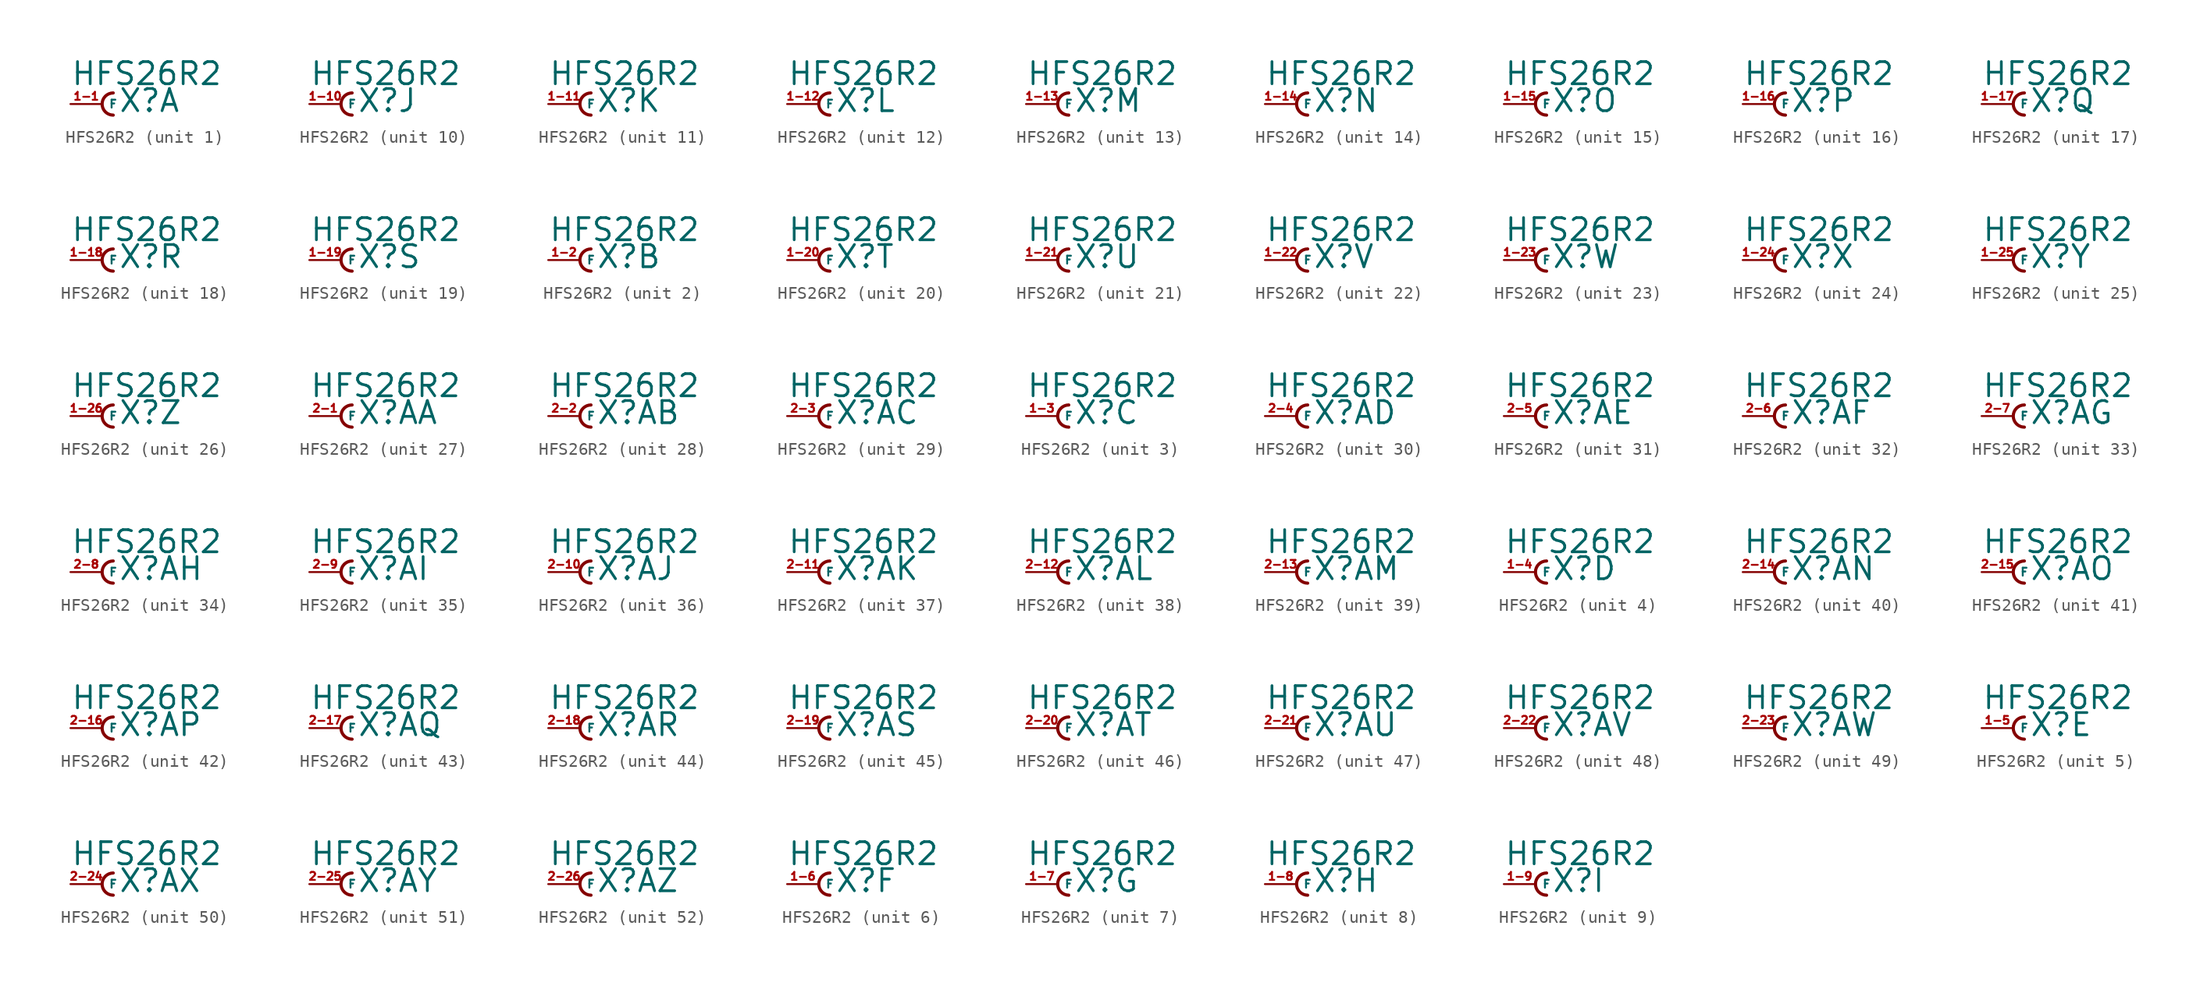
<source format=kicad_sym>
(kicad_symbol_lib
  (version 20220914)
  (generator Eagle2Kicad)
  (symbol "HFS26R2"
    (property "Reference" "X"
      (at 1.27 -0.762 0)
      (effects (font (size 1.778 1.778) (thickness 0.22)) (justify left bottom)))
    (property "Value" "HFS26R2"
      (at -2.54 1.397 0)
      (effects (font (size 1.778 1.778) (thickness 0.22)) (justify left bottom)))
    (symbol "HFS26R2_1_0"
      (arc (start 0.889 0.889) (mid 0.000 0.000) (end 0.889 -0.889) (stroke (width 0.254) (type default)) (fill (type none)))
      (pin passive line (at -2.54 0 0) (length 2.54) (name "F" (effects (font (size 0.635 0.635) (thickness 0.08)) (justify left bottom))) (number "1-1" (effects (font (size 0.635 0.635) (thickness 0.08)) (justify left bottom)))))
    (symbol "HFS26R2_2_0"
      (arc (start 0.889 0.889) (mid 0.000 0.000) (end 0.889 -0.889) (stroke (width 0.254) (type default)) (fill (type none)))
      (pin passive line (at -2.54 0 0) (length 2.54) (name "F" (effects (font (size 0.635 0.635) (thickness 0.08)) (justify left bottom))) (number "1-2" (effects (font (size 0.635 0.635) (thickness 0.08)) (justify left bottom)))))
    (symbol "HFS26R2_3_0"
      (arc (start 0.889 0.889) (mid 0.000 0.000) (end 0.889 -0.889) (stroke (width 0.254) (type default)) (fill (type none)))
      (pin passive line (at -2.54 0 0) (length 2.54) (name "F" (effects (font (size 0.635 0.635) (thickness 0.08)) (justify left bottom))) (number "1-3" (effects (font (size 0.635 0.635) (thickness 0.08)) (justify left bottom)))))
    (symbol "HFS26R2_4_0"
      (arc (start 0.889 0.889) (mid 0.000 0.000) (end 0.889 -0.889) (stroke (width 0.254) (type default)) (fill (type none)))
      (pin passive line (at -2.54 0 0) (length 2.54) (name "F" (effects (font (size 0.635 0.635) (thickness 0.08)) (justify left bottom))) (number "1-4" (effects (font (size 0.635 0.635) (thickness 0.08)) (justify left bottom)))))
    (symbol "HFS26R2_5_0"
      (arc (start 0.889 0.889) (mid 0.000 0.000) (end 0.889 -0.889) (stroke (width 0.254) (type default)) (fill (type none)))
      (pin passive line (at -2.54 0 0) (length 2.54) (name "F" (effects (font (size 0.635 0.635) (thickness 0.08)) (justify left bottom))) (number "1-5" (effects (font (size 0.635 0.635) (thickness 0.08)) (justify left bottom)))))
    (symbol "HFS26R2_6_0"
      (arc (start 0.889 0.889) (mid 0.000 0.000) (end 0.889 -0.889) (stroke (width 0.254) (type default)) (fill (type none)))
      (pin passive line (at -2.54 0 0) (length 2.54) (name "F" (effects (font (size 0.635 0.635) (thickness 0.08)) (justify left bottom))) (number "1-6" (effects (font (size 0.635 0.635) (thickness 0.08)) (justify left bottom)))))
    (symbol "HFS26R2_7_0"
      (arc (start 0.889 0.889) (mid 0.000 0.000) (end 0.889 -0.889) (stroke (width 0.254) (type default)) (fill (type none)))
      (pin passive line (at -2.54 0 0) (length 2.54) (name "F" (effects (font (size 0.635 0.635) (thickness 0.08)) (justify left bottom))) (number "1-7" (effects (font (size 0.635 0.635) (thickness 0.08)) (justify left bottom)))))
    (symbol "HFS26R2_8_0"
      (arc (start 0.889 0.889) (mid 0.000 0.000) (end 0.889 -0.889) (stroke (width 0.254) (type default)) (fill (type none)))
      (pin passive line (at -2.54 0 0) (length 2.54) (name "F" (effects (font (size 0.635 0.635) (thickness 0.08)) (justify left bottom))) (number "1-8" (effects (font (size 0.635 0.635) (thickness 0.08)) (justify left bottom)))))
    (symbol "HFS26R2_9_0"
      (arc (start 0.889 0.889) (mid 0.000 0.000) (end 0.889 -0.889) (stroke (width 0.254) (type default)) (fill (type none)))
      (pin passive line (at -2.54 0 0) (length 2.54) (name "F" (effects (font (size 0.635 0.635) (thickness 0.08)) (justify left bottom))) (number "1-9" (effects (font (size 0.635 0.635) (thickness 0.08)) (justify left bottom)))))
    (symbol "HFS26R2_10_0"
      (arc (start 0.889 0.889) (mid 0.000 0.000) (end 0.889 -0.889) (stroke (width 0.254) (type default)) (fill (type none)))
      (pin passive line (at -2.54 0 0) (length 2.54) (name "F" (effects (font (size 0.635 0.635) (thickness 0.08)) (justify left bottom))) (number "1-10" (effects (font (size 0.635 0.635) (thickness 0.08)) (justify left bottom)))))
    (symbol "HFS26R2_11_0"
      (arc (start 0.889 0.889) (mid 0.000 0.000) (end 0.889 -0.889) (stroke (width 0.254) (type default)) (fill (type none)))
      (pin passive line (at -2.54 0 0) (length 2.54) (name "F" (effects (font (size 0.635 0.635) (thickness 0.08)) (justify left bottom))) (number "1-11" (effects (font (size 0.635 0.635) (thickness 0.08)) (justify left bottom)))))
    (symbol "HFS26R2_12_0"
      (arc (start 0.889 0.889) (mid 0.000 0.000) (end 0.889 -0.889) (stroke (width 0.254) (type default)) (fill (type none)))
      (pin passive line (at -2.54 0 0) (length 2.54) (name "F" (effects (font (size 0.635 0.635) (thickness 0.08)) (justify left bottom))) (number "1-12" (effects (font (size 0.635 0.635) (thickness 0.08)) (justify left bottom)))))
    (symbol "HFS26R2_13_0"
      (arc (start 0.889 0.889) (mid 0.000 0.000) (end 0.889 -0.889) (stroke (width 0.254) (type default)) (fill (type none)))
      (pin passive line (at -2.54 0 0) (length 2.54) (name "F" (effects (font (size 0.635 0.635) (thickness 0.08)) (justify left bottom))) (number "1-13" (effects (font (size 0.635 0.635) (thickness 0.08)) (justify left bottom)))))
    (symbol "HFS26R2_14_0"
      (arc (start 0.889 0.889) (mid 0.000 0.000) (end 0.889 -0.889) (stroke (width 0.254) (type default)) (fill (type none)))
      (pin passive line (at -2.54 0 0) (length 2.54) (name "F" (effects (font (size 0.635 0.635) (thickness 0.08)) (justify left bottom))) (number "1-14" (effects (font (size 0.635 0.635) (thickness 0.08)) (justify left bottom)))))
    (symbol "HFS26R2_15_0"
      (arc (start 0.889 0.889) (mid 0.000 0.000) (end 0.889 -0.889) (stroke (width 0.254) (type default)) (fill (type none)))
      (pin passive line (at -2.54 0 0) (length 2.54) (name "F" (effects (font (size 0.635 0.635) (thickness 0.08)) (justify left bottom))) (number "1-15" (effects (font (size 0.635 0.635) (thickness 0.08)) (justify left bottom)))))
    (symbol "HFS26R2_16_0"
      (arc (start 0.889 0.889) (mid 0.000 0.000) (end 0.889 -0.889) (stroke (width 0.254) (type default)) (fill (type none)))
      (pin passive line (at -2.54 0 0) (length 2.54) (name "F" (effects (font (size 0.635 0.635) (thickness 0.08)) (justify left bottom))) (number "1-16" (effects (font (size 0.635 0.635) (thickness 0.08)) (justify left bottom)))))
    (symbol "HFS26R2_17_0"
      (arc (start 0.889 0.889) (mid 0.000 0.000) (end 0.889 -0.889) (stroke (width 0.254) (type default)) (fill (type none)))
      (pin passive line (at -2.54 0 0) (length 2.54) (name "F" (effects (font (size 0.635 0.635) (thickness 0.08)) (justify left bottom))) (number "1-17" (effects (font (size 0.635 0.635) (thickness 0.08)) (justify left bottom)))))
    (symbol "HFS26R2_18_0"
      (arc (start 0.889 0.889) (mid 0.000 0.000) (end 0.889 -0.889) (stroke (width 0.254) (type default)) (fill (type none)))
      (pin passive line (at -2.54 0 0) (length 2.54) (name "F" (effects (font (size 0.635 0.635) (thickness 0.08)) (justify left bottom))) (number "1-18" (effects (font (size 0.635 0.635) (thickness 0.08)) (justify left bottom)))))
    (symbol "HFS26R2_19_0"
      (arc (start 0.889 0.889) (mid 0.000 0.000) (end 0.889 -0.889) (stroke (width 0.254) (type default)) (fill (type none)))
      (pin passive line (at -2.54 0 0) (length 2.54) (name "F" (effects (font (size 0.635 0.635) (thickness 0.08)) (justify left bottom))) (number "1-19" (effects (font (size 0.635 0.635) (thickness 0.08)) (justify left bottom)))))
    (symbol "HFS26R2_20_0"
      (arc (start 0.889 0.889) (mid 0.000 0.000) (end 0.889 -0.889) (stroke (width 0.254) (type default)) (fill (type none)))
      (pin passive line (at -2.54 0 0) (length 2.54) (name "F" (effects (font (size 0.635 0.635) (thickness 0.08)) (justify left bottom))) (number "1-20" (effects (font (size 0.635 0.635) (thickness 0.08)) (justify left bottom)))))
    (symbol "HFS26R2_21_0"
      (arc (start 0.889 0.889) (mid 0.000 0.000) (end 0.889 -0.889) (stroke (width 0.254) (type default)) (fill (type none)))
      (pin passive line (at -2.54 0 0) (length 2.54) (name "F" (effects (font (size 0.635 0.635) (thickness 0.08)) (justify left bottom))) (number "1-21" (effects (font (size 0.635 0.635) (thickness 0.08)) (justify left bottom)))))
    (symbol "HFS26R2_22_0"
      (arc (start 0.889 0.889) (mid 0.000 0.000) (end 0.889 -0.889) (stroke (width 0.254) (type default)) (fill (type none)))
      (pin passive line (at -2.54 0 0) (length 2.54) (name "F" (effects (font (size 0.635 0.635) (thickness 0.08)) (justify left bottom))) (number "1-22" (effects (font (size 0.635 0.635) (thickness 0.08)) (justify left bottom)))))
    (symbol "HFS26R2_23_0"
      (arc (start 0.889 0.889) (mid 0.000 0.000) (end 0.889 -0.889) (stroke (width 0.254) (type default)) (fill (type none)))
      (pin passive line (at -2.54 0 0) (length 2.54) (name "F" (effects (font (size 0.635 0.635) (thickness 0.08)) (justify left bottom))) (number "1-23" (effects (font (size 0.635 0.635) (thickness 0.08)) (justify left bottom)))))
    (symbol "HFS26R2_24_0"
      (arc (start 0.889 0.889) (mid 0.000 0.000) (end 0.889 -0.889) (stroke (width 0.254) (type default)) (fill (type none)))
      (pin passive line (at -2.54 0 0) (length 2.54) (name "F" (effects (font (size 0.635 0.635) (thickness 0.08)) (justify left bottom))) (number "1-24" (effects (font (size 0.635 0.635) (thickness 0.08)) (justify left bottom)))))
    (symbol "HFS26R2_25_0"
      (arc (start 0.889 0.889) (mid 0.000 0.000) (end 0.889 -0.889) (stroke (width 0.254) (type default)) (fill (type none)))
      (pin passive line (at -2.54 0 0) (length 2.54) (name "F" (effects (font (size 0.635 0.635) (thickness 0.08)) (justify left bottom))) (number "1-25" (effects (font (size 0.635 0.635) (thickness 0.08)) (justify left bottom)))))
    (symbol "HFS26R2_26_0"
      (arc (start 0.889 0.889) (mid 0.000 0.000) (end 0.889 -0.889) (stroke (width 0.254) (type default)) (fill (type none)))
      (pin passive line (at -2.54 0 0) (length 2.54) (name "F" (effects (font (size 0.635 0.635) (thickness 0.08)) (justify left bottom))) (number "1-26" (effects (font (size 0.635 0.635) (thickness 0.08)) (justify left bottom)))))
    (symbol "HFS26R2_27_0"
      (arc (start 0.889 0.889) (mid 0.000 0.000) (end 0.889 -0.889) (stroke (width 0.254) (type default)) (fill (type none)))
      (pin passive line (at -2.54 0 0) (length 2.54) (name "F" (effects (font (size 0.635 0.635) (thickness 0.08)) (justify left bottom))) (number "2-1" (effects (font (size 0.635 0.635) (thickness 0.08)) (justify left bottom)))))
    (symbol "HFS26R2_28_0"
      (arc (start 0.889 0.889) (mid 0.000 0.000) (end 0.889 -0.889) (stroke (width 0.254) (type default)) (fill (type none)))
      (pin passive line (at -2.54 0 0) (length 2.54) (name "F" (effects (font (size 0.635 0.635) (thickness 0.08)) (justify left bottom))) (number "2-2" (effects (font (size 0.635 0.635) (thickness 0.08)) (justify left bottom)))))
    (symbol "HFS26R2_29_0"
      (arc (start 0.889 0.889) (mid 0.000 0.000) (end 0.889 -0.889) (stroke (width 0.254) (type default)) (fill (type none)))
      (pin passive line (at -2.54 0 0) (length 2.54) (name "F" (effects (font (size 0.635 0.635) (thickness 0.08)) (justify left bottom))) (number "2-3" (effects (font (size 0.635 0.635) (thickness 0.08)) (justify left bottom)))))
    (symbol "HFS26R2_30_0"
      (arc (start 0.889 0.889) (mid 0.000 0.000) (end 0.889 -0.889) (stroke (width 0.254) (type default)) (fill (type none)))
      (pin passive line (at -2.54 0 0) (length 2.54) (name "F" (effects (font (size 0.635 0.635) (thickness 0.08)) (justify left bottom))) (number "2-4" (effects (font (size 0.635 0.635) (thickness 0.08)) (justify left bottom)))))
    (symbol "HFS26R2_31_0"
      (arc (start 0.889 0.889) (mid 0.000 0.000) (end 0.889 -0.889) (stroke (width 0.254) (type default)) (fill (type none)))
      (pin passive line (at -2.54 0 0) (length 2.54) (name "F" (effects (font (size 0.635 0.635) (thickness 0.08)) (justify left bottom))) (number "2-5" (effects (font (size 0.635 0.635) (thickness 0.08)) (justify left bottom)))))
    (symbol "HFS26R2_32_0"
      (arc (start 0.889 0.889) (mid 0.000 0.000) (end 0.889 -0.889) (stroke (width 0.254) (type default)) (fill (type none)))
      (pin passive line (at -2.54 0 0) (length 2.54) (name "F" (effects (font (size 0.635 0.635) (thickness 0.08)) (justify left bottom))) (number "2-6" (effects (font (size 0.635 0.635) (thickness 0.08)) (justify left bottom)))))
    (symbol "HFS26R2_33_0"
      (arc (start 0.889 0.889) (mid 0.000 0.000) (end 0.889 -0.889) (stroke (width 0.254) (type default)) (fill (type none)))
      (pin passive line (at -2.54 0 0) (length 2.54) (name "F" (effects (font (size 0.635 0.635) (thickness 0.08)) (justify left bottom))) (number "2-7" (effects (font (size 0.635 0.635) (thickness 0.08)) (justify left bottom)))))
    (symbol "HFS26R2_34_0"
      (arc (start 0.889 0.889) (mid 0.000 0.000) (end 0.889 -0.889) (stroke (width 0.254) (type default)) (fill (type none)))
      (pin passive line (at -2.54 0 0) (length 2.54) (name "F" (effects (font (size 0.635 0.635) (thickness 0.08)) (justify left bottom))) (number "2-8" (effects (font (size 0.635 0.635) (thickness 0.08)) (justify left bottom)))))
    (symbol "HFS26R2_35_0"
      (arc (start 0.889 0.889) (mid 0.000 0.000) (end 0.889 -0.889) (stroke (width 0.254) (type default)) (fill (type none)))
      (pin passive line (at -2.54 0 0) (length 2.54) (name "F" (effects (font (size 0.635 0.635) (thickness 0.08)) (justify left bottom))) (number "2-9" (effects (font (size 0.635 0.635) (thickness 0.08)) (justify left bottom)))))
    (symbol "HFS26R2_36_0"
      (arc (start 0.889 0.889) (mid 0.000 0.000) (end 0.889 -0.889) (stroke (width 0.254) (type default)) (fill (type none)))
      (pin passive line (at -2.54 0 0) (length 2.54) (name "F" (effects (font (size 0.635 0.635) (thickness 0.08)) (justify left bottom))) (number "2-10" (effects (font (size 0.635 0.635) (thickness 0.08)) (justify left bottom)))))
    (symbol "HFS26R2_37_0"
      (arc (start 0.889 0.889) (mid 0.000 0.000) (end 0.889 -0.889) (stroke (width 0.254) (type default)) (fill (type none)))
      (pin passive line (at -2.54 0 0) (length 2.54) (name "F" (effects (font (size 0.635 0.635) (thickness 0.08)) (justify left bottom))) (number "2-11" (effects (font (size 0.635 0.635) (thickness 0.08)) (justify left bottom)))))
    (symbol "HFS26R2_38_0"
      (arc (start 0.889 0.889) (mid 0.000 0.000) (end 0.889 -0.889) (stroke (width 0.254) (type default)) (fill (type none)))
      (pin passive line (at -2.54 0 0) (length 2.54) (name "F" (effects (font (size 0.635 0.635) (thickness 0.08)) (justify left bottom))) (number "2-12" (effects (font (size 0.635 0.635) (thickness 0.08)) (justify left bottom)))))
    (symbol "HFS26R2_39_0"
      (arc (start 0.889 0.889) (mid 0.000 0.000) (end 0.889 -0.889) (stroke (width 0.254) (type default)) (fill (type none)))
      (pin passive line (at -2.54 0 0) (length 2.54) (name "F" (effects (font (size 0.635 0.635) (thickness 0.08)) (justify left bottom))) (number "2-13" (effects (font (size 0.635 0.635) (thickness 0.08)) (justify left bottom)))))
    (symbol "HFS26R2_40_0"
      (arc (start 0.889 0.889) (mid 0.000 0.000) (end 0.889 -0.889) (stroke (width 0.254) (type default)) (fill (type none)))
      (pin passive line (at -2.54 0 0) (length 2.54) (name "F" (effects (font (size 0.635 0.635) (thickness 0.08)) (justify left bottom))) (number "2-14" (effects (font (size 0.635 0.635) (thickness 0.08)) (justify left bottom)))))
    (symbol "HFS26R2_41_0"
      (arc (start 0.889 0.889) (mid 0.000 0.000) (end 0.889 -0.889) (stroke (width 0.254) (type default)) (fill (type none)))
      (pin passive line (at -2.54 0 0) (length 2.54) (name "F" (effects (font (size 0.635 0.635) (thickness 0.08)) (justify left bottom))) (number "2-15" (effects (font (size 0.635 0.635) (thickness 0.08)) (justify left bottom)))))
    (symbol "HFS26R2_42_0"
      (arc (start 0.889 0.889) (mid 0.000 0.000) (end 0.889 -0.889) (stroke (width 0.254) (type default)) (fill (type none)))
      (pin passive line (at -2.54 0 0) (length 2.54) (name "F" (effects (font (size 0.635 0.635) (thickness 0.08)) (justify left bottom))) (number "2-16" (effects (font (size 0.635 0.635) (thickness 0.08)) (justify left bottom)))))
    (symbol "HFS26R2_43_0"
      (arc (start 0.889 0.889) (mid 0.000 0.000) (end 0.889 -0.889) (stroke (width 0.254) (type default)) (fill (type none)))
      (pin passive line (at -2.54 0 0) (length 2.54) (name "F" (effects (font (size 0.635 0.635) (thickness 0.08)) (justify left bottom))) (number "2-17" (effects (font (size 0.635 0.635) (thickness 0.08)) (justify left bottom)))))
    (symbol "HFS26R2_44_0"
      (arc (start 0.889 0.889) (mid 0.000 0.000) (end 0.889 -0.889) (stroke (width 0.254) (type default)) (fill (type none)))
      (pin passive line (at -2.54 0 0) (length 2.54) (name "F" (effects (font (size 0.635 0.635) (thickness 0.08)) (justify left bottom))) (number "2-18" (effects (font (size 0.635 0.635) (thickness 0.08)) (justify left bottom)))))
    (symbol "HFS26R2_45_0"
      (arc (start 0.889 0.889) (mid 0.000 0.000) (end 0.889 -0.889) (stroke (width 0.254) (type default)) (fill (type none)))
      (pin passive line (at -2.54 0 0) (length 2.54) (name "F" (effects (font (size 0.635 0.635) (thickness 0.08)) (justify left bottom))) (number "2-19" (effects (font (size 0.635 0.635) (thickness 0.08)) (justify left bottom)))))
    (symbol "HFS26R2_46_0"
      (arc (start 0.889 0.889) (mid 0.000 0.000) (end 0.889 -0.889) (stroke (width 0.254) (type default)) (fill (type none)))
      (pin passive line (at -2.54 0 0) (length 2.54) (name "F" (effects (font (size 0.635 0.635) (thickness 0.08)) (justify left bottom))) (number "2-20" (effects (font (size 0.635 0.635) (thickness 0.08)) (justify left bottom)))))
    (symbol "HFS26R2_47_0"
      (arc (start 0.889 0.889) (mid 0.000 0.000) (end 0.889 -0.889) (stroke (width 0.254) (type default)) (fill (type none)))
      (pin passive line (at -2.54 0 0) (length 2.54) (name "F" (effects (font (size 0.635 0.635) (thickness 0.08)) (justify left bottom))) (number "2-21" (effects (font (size 0.635 0.635) (thickness 0.08)) (justify left bottom)))))
    (symbol "HFS26R2_48_0"
      (arc (start 0.889 0.889) (mid 0.000 0.000) (end 0.889 -0.889) (stroke (width 0.254) (type default)) (fill (type none)))
      (pin passive line (at -2.54 0 0) (length 2.54) (name "F" (effects (font (size 0.635 0.635) (thickness 0.08)) (justify left bottom))) (number "2-22" (effects (font (size 0.635 0.635) (thickness 0.08)) (justify left bottom)))))
    (symbol "HFS26R2_49_0"
      (arc (start 0.889 0.889) (mid 0.000 0.000) (end 0.889 -0.889) (stroke (width 0.254) (type default)) (fill (type none)))
      (pin passive line (at -2.54 0 0) (length 2.54) (name "F" (effects (font (size 0.635 0.635) (thickness 0.08)) (justify left bottom))) (number "2-23" (effects (font (size 0.635 0.635) (thickness 0.08)) (justify left bottom)))))
    (symbol "HFS26R2_50_0"
      (arc (start 0.889 0.889) (mid 0.000 0.000) (end 0.889 -0.889) (stroke (width 0.254) (type default)) (fill (type none)))
      (pin passive line (at -2.54 0 0) (length 2.54) (name "F" (effects (font (size 0.635 0.635) (thickness 0.08)) (justify left bottom))) (number "2-24" (effects (font (size 0.635 0.635) (thickness 0.08)) (justify left bottom)))))
    (symbol "HFS26R2_51_0"
      (arc (start 0.889 0.889) (mid 0.000 0.000) (end 0.889 -0.889) (stroke (width 0.254) (type default)) (fill (type none)))
      (pin passive line (at -2.54 0 0) (length 2.54) (name "F" (effects (font (size 0.635 0.635) (thickness 0.08)) (justify left bottom))) (number "2-25" (effects (font (size 0.635 0.635) (thickness 0.08)) (justify left bottom)))))
    (symbol "HFS26R2_52_0"
      (arc (start 0.889 0.889) (mid 0.000 0.000) (end 0.889 -0.889) (stroke (width 0.254) (type default)) (fill (type none)))
      (pin passive line (at -2.54 0 0) (length 2.54) (name "F" (effects (font (size 0.635 0.635) (thickness 0.08)) (justify left bottom))) (number "2-26" (effects (font (size 0.635 0.635) (thickness 0.08)) (justify left bottom)))))))
</source>
